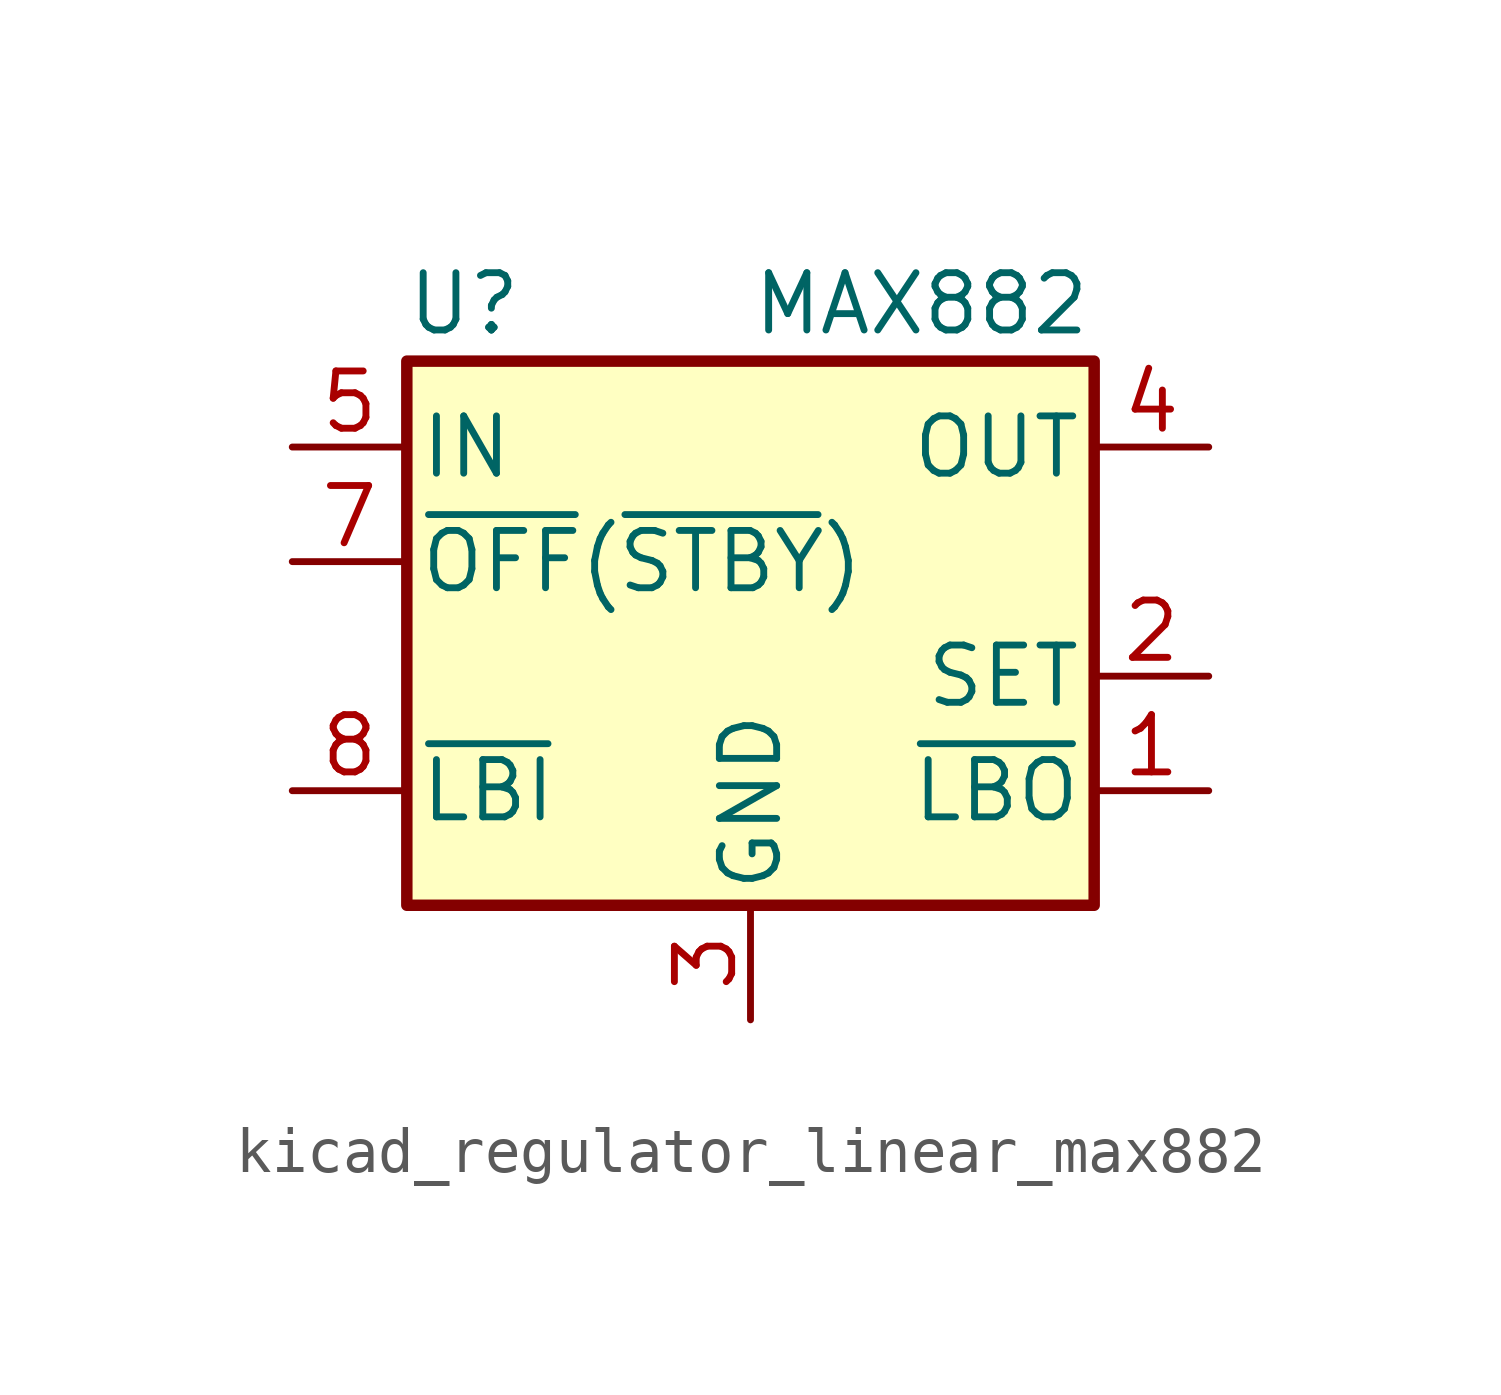
<source format=kicad_sym>
(kicad_symbol_lib
  (version 20220914)
  (generator kicad_symbol_editor)
  (symbol "kicad_regulator_linear_max882"
    (pin_names
      (offset 0.254))
    (property "Reference" "U"
      (at -6.35 8.255 0)
      (effects (font (size 1.27 1.27))))
    (property "Value" "MAX882"
      (at 0 8.255 0)
      (effects (font (size 1.27 1.27)) (justify left)))
    (symbol "kicad_regulator_linear_max882_0_1"
      (rectangle (start -7.62 6.985) (end 7.62 -5.08) (stroke (width 0.254) (type default)) (fill (type background))))
    (symbol "kicad_regulator_linear_max882_1_1"
      (pin open_collector line (at 10.16 -2.54 180) (length 2.54) (name "~{LBO}" (effects (font (size 1.27 1.27)))) (number "1" (effects (font (size 1.27 1.27)))))
      (pin passive line (at 10.16 0 180) (length 2.54) (name "SET" (effects (font (size 1.27 1.27)))) (number "2" (effects (font (size 1.27 1.27)))))
      (pin power_in line (at 0 -7.62 90) (length 2.54) (name "GND" (effects (font (size 1.27 1.27)))) (number "3" (effects (font (size 1.27 1.27)))))
      (pin power_out line (at 10.16 5.08 180) (length 2.54) (name "OUT" (effects (font (size 1.27 1.27)))) (number "4" (effects (font (size 1.27 1.27)))))
      (pin power_in line (at -10.16 5.08 0) (length 2.54) (name "IN" (effects (font (size 1.27 1.27)))) (number "5" (effects (font (size 1.27 1.27)))))
      (pin passive line (at 0 -7.62 90) (length 2.54) hide (name "GND" (effects (font (size 1.27 1.27)))) (number "6" (effects (font (size 1.27 1.27)))))
      (pin input line (at -10.16 2.54 0) (length 2.54) (name "~{OFF}(~{STBY})" (effects (font (size 1.27 1.27)))) (number "7" (effects (font (size 1.27 1.27)))))
      (pin input line (at -10.16 -2.54 0) (length 2.54) (name "~{LBI}" (effects (font (size 1.27 1.27)))) (number "8" (effects (font (size 1.27 1.27))))))))
</source>
